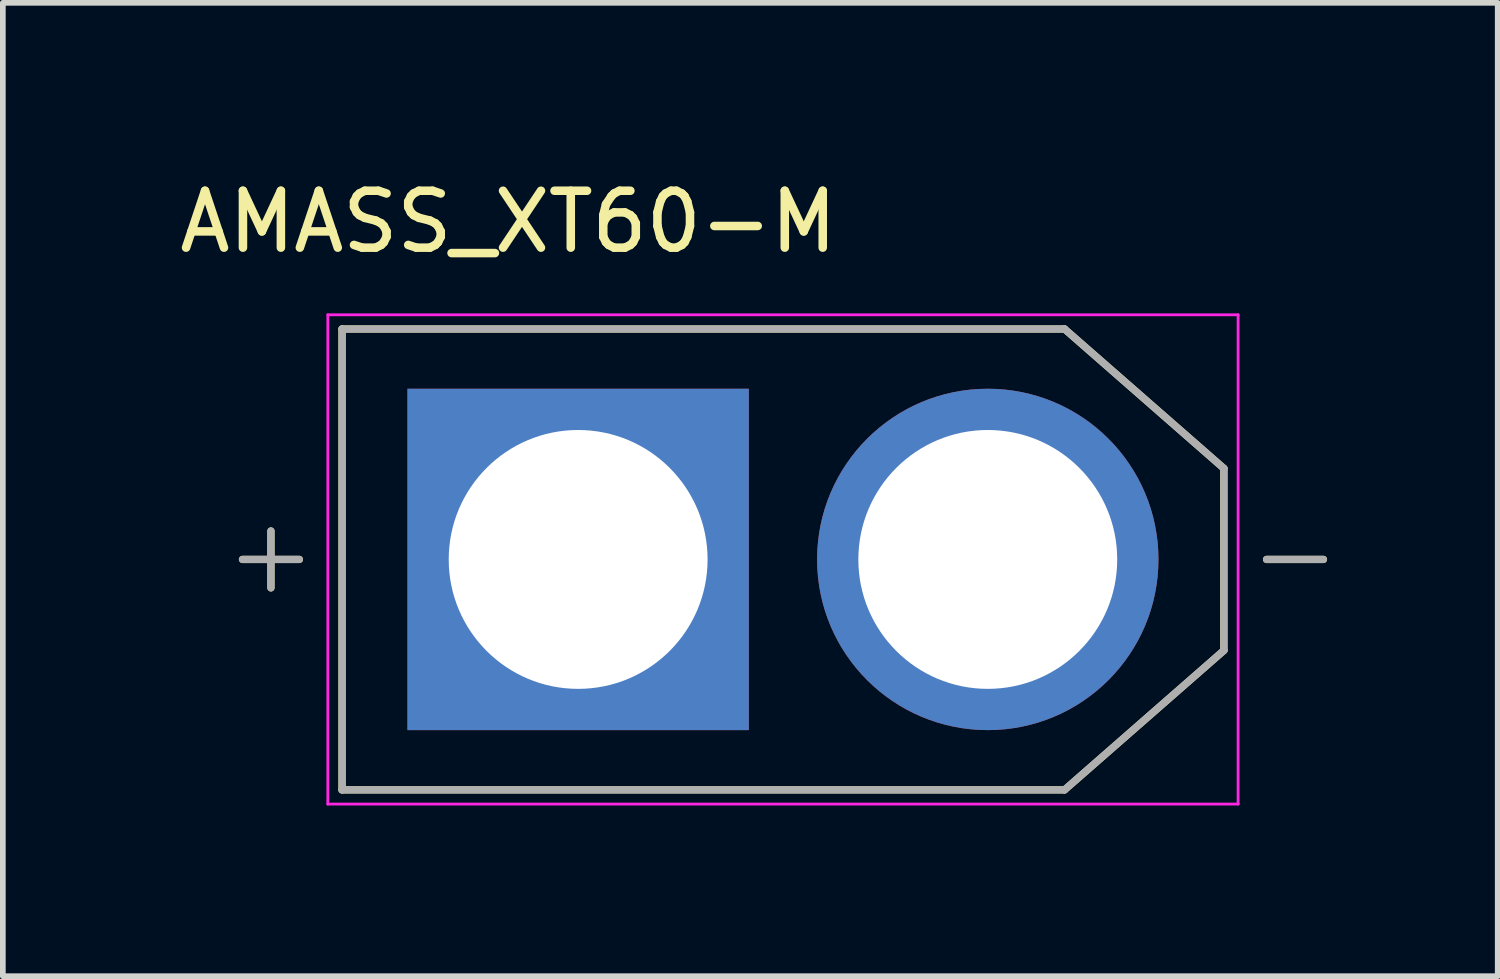
<source format=kicad_pcb>
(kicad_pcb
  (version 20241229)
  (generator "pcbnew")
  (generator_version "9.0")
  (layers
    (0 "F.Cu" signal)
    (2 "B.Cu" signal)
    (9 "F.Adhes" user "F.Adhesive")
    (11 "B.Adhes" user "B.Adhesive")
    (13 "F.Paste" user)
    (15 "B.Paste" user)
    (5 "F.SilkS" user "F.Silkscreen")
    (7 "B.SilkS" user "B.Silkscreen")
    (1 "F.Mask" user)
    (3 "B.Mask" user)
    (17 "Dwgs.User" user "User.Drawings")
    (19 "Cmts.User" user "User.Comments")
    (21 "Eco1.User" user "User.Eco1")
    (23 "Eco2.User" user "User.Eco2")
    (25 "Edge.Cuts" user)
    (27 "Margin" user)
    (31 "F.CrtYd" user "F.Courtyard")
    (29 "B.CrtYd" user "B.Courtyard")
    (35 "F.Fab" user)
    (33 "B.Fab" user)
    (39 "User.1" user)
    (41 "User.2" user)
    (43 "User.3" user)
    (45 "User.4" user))
  (footprint "AMASS_XT60-M"
    (layer "F.Cu")
    (at 10.712 6.783)
    (property "Reference" "AMASS_XT60-M" (at -4.825 -5.935 0) (layer "F.SilkS") (effects (font (size 1 1) (thickness 0.15))))
    (attr through_hole)
    (fp_line (start -9.5 0) (end -8.5 0) (stroke (width 0.127) (type solid)) (layer "F.SilkS"))
    (fp_line (start -9 -0.5) (end -9 0.5) (stroke (width 0.127) (type solid)) (layer "F.SilkS"))
    (fp_line (start -7.75 -4.05) (end 4.95 -4.05) (stroke (width 0.127) (type solid)) (layer "F.SilkS"))
    (fp_line (start -7.75 4.05) (end -7.75 -4.05) (stroke (width 0.127) (type solid)) (layer "F.SilkS"))
    (fp_line (start 4.95 -4.05) (end 7.75 -1.6) (stroke (width 0.127) (type solid)) (layer "F.SilkS"))
    (fp_line (start 4.95 4.05) (end -7.75 4.05) (stroke (width 0.127) (type solid)) (layer "F.SilkS"))
    (fp_line (start 7.75 -1.6) (end 7.75 1.6) (stroke (width 0.127) (type solid)) (layer "F.SilkS"))
    (fp_line (start 7.75 1.6) (end 4.95 4.05) (stroke (width 0.127) (type solid)) (layer "F.SilkS"))
    (fp_line (start 8.5 0) (end 9.5 0) (stroke (width 0.127) (type solid)) (layer "F.SilkS"))
    (fp_line (start -8 -4.3) (end -8 4.3) (stroke (width 0.05) (type solid)) (layer "F.CrtYd"))
    (fp_line (start -8 4.3) (end 8 4.3) (stroke (width 0.05) (type solid)) (layer "F.CrtYd"))
    (fp_line (start 8 -4.3) (end -8 -4.3) (stroke (width 0.05) (type solid)) (layer "F.CrtYd"))
    (fp_line (start 8 4.3) (end 8 -4.3) (stroke (width 0.05) (type solid)) (layer "F.CrtYd"))
    (fp_line (start -9.5 0) (end -8.5 0) (stroke (width 0.127) (type solid)) (layer "F.Fab"))
    (fp_line (start -9 -0.5) (end -9 0.5) (stroke (width 0.127) (type solid)) (layer "F.Fab"))
    (fp_line (start -7.75 -4.05) (end 4.95 -4.05) (stroke (width 0.127) (type solid)) (layer "F.Fab"))
    (fp_line (start -7.75 4.05) (end -7.75 -4.05) (stroke (width 0.127) (type solid)) (layer "F.Fab"))
    (fp_line (start 4.95 -4.05) (end 7.75 -1.6) (stroke (width 0.127) (type solid)) (layer "F.Fab"))
    (fp_line (start 4.95 4.05) (end -7.75 4.05) (stroke (width 0.127) (type solid)) (layer "F.Fab"))
    (fp_line (start 7.75 -1.6) (end 7.75 1.6) (stroke (width 0.127) (type solid)) (layer "F.Fab"))
    (fp_line (start 7.75 1.6) (end 4.95 4.05) (stroke (width 0.127) (type solid)) (layer "F.Fab"))
    (fp_line (start 8.5 0) (end 9.5 0) (stroke (width 0.127) (type solid)) (layer "F.Fab"))
    (pad "N" thru_hole circle (at 3.6 0) (size 6 6) (drill 4.55) (layers "*.Cu" "*.Mask"))
    (pad "P" thru_hole rect (at -3.6 0) (size 6 6) (drill 4.55) (layers "*.Cu" "*.Mask")))
  (gr_rect
    (start -3 -3)
    (end 23.275 14.108)
    (stroke (width 0.1) (type default))
    (fill no)
    (layer "Edge.Cuts")))
</source>
